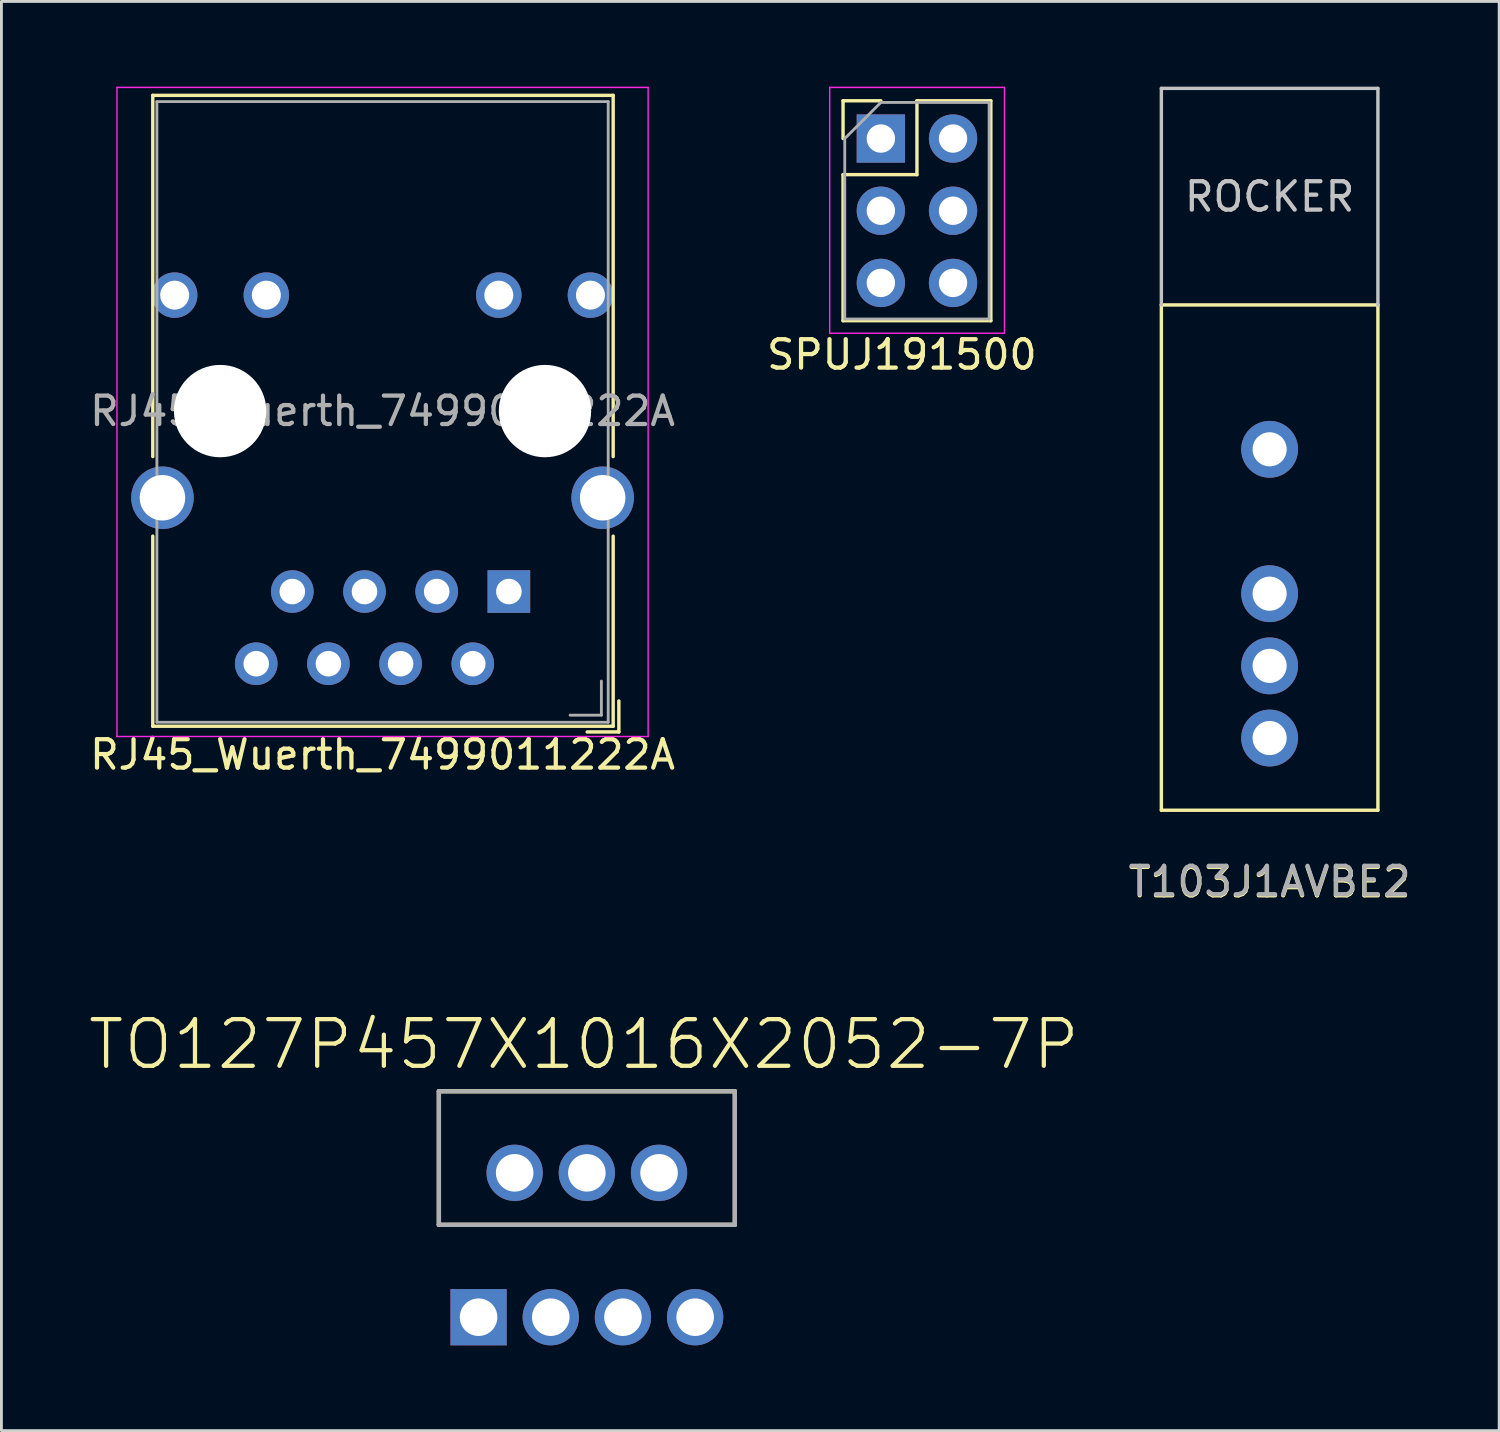
<source format=kicad_pcb>
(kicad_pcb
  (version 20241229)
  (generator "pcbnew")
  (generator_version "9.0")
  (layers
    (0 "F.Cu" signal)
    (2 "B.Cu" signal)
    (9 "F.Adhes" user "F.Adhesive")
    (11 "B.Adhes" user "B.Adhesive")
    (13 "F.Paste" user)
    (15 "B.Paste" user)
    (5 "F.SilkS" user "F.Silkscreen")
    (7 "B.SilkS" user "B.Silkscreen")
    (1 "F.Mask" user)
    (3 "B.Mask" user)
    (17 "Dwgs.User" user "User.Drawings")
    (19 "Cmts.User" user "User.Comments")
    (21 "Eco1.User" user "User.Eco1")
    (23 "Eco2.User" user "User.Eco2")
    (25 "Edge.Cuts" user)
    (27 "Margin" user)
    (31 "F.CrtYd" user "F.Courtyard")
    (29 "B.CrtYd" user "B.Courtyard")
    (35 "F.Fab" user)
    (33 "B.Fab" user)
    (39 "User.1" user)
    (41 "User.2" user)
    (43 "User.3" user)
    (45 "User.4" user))
  (footprint "RJ45_Wuerth_7499011222A"
    (layer "F.Cu")
    (at 5.966 5.065)
    (property "Reference" "RJ45_Wuerth_7499011222A" (at 4.445 18.44 0) (layer "F.SilkS") (effects (font (size 1 1) (thickness 0.15))))
    (attr through_hole)
    (fp_line (start -3.64 -4.76) (end -3.64 7.95) (stroke (width 0.12) (type solid)) (layer "F.SilkS"))
    (fp_line (start -3.64 -4.76) (end 12.56 -4.76) (stroke (width 0.12) (type solid)) (layer "F.SilkS"))
    (fp_line (start -3.64 10.75) (end -3.64 17.44) (stroke (width 0.12) (type solid)) (layer "F.SilkS"))
    (fp_line (start -3.64 17.44) (end 12.56 17.44) (stroke (width 0.12) (type solid)) (layer "F.SilkS"))
    (fp_line (start 12.56 7.95) (end 12.56 -4.76) (stroke (width 0.12) (type solid)) (layer "F.SilkS"))
    (fp_line (start 12.56 17.44) (end 12.56 10.75) (stroke (width 0.12) (type solid)) (layer "F.SilkS"))
    (fp_line (start 12.76 16.55) (end 12.76 17.64) (stroke (width 0.12) (type solid)) (layer "F.SilkS"))
    (fp_line (start 12.76 17.64) (end 11.645 17.64) (stroke (width 0.12) (type solid)) (layer "F.SilkS"))
    (fp_line (start -4.9 -5.04) (end 13.79 -5.04) (stroke (width 0.05) (type solid)) (layer "F.CrtYd"))
    (fp_line (start -4.9 17.8) (end -4.9 -5.04) (stroke (width 0.05) (type solid)) (layer "F.CrtYd"))
    (fp_line (start 13.79 -5.04) (end 13.79 17.8) (stroke (width 0.05) (type solid)) (layer "F.CrtYd"))
    (fp_line (start 13.79 17.8) (end -4.9 17.8) (stroke (width 0.05) (type solid)) (layer "F.CrtYd"))
    (fp_line (start -3.495 -4.54) (end -3.495 17.3) (stroke (width 0.1) (type solid)) (layer "F.Fab"))
    (fp_line (start -3.495 -4.54) (end 12.385 -4.54) (stroke (width 0.1) (type solid)) (layer "F.Fab"))
    (fp_line (start -3.495 17.3) (end 12.385 17.3) (stroke (width 0.1) (type solid)) (layer "F.Fab"))
    (fp_line (start 12.145 15.85) (end 12.145 17.05) (stroke (width 0.1) (type solid)) (layer "F.Fab"))
    (fp_line (start 12.145 17.05) (end 11.045 17.05) (stroke (width 0.1) (type solid)) (layer "F.Fab"))
    (fp_line (start 12.385 -4.54) (end 12.385 17.3) (stroke (width 0.1) (type solid)) (layer "F.Fab"))
    (fp_text user "${REFERENCE}" (at 4.445 6.35 0) (layer "F.Fab") (effects (font (size 1 1) (thickness 0.15))))
    (pad "" np_thru_hole circle (at -1.27 6.35) (size 3.25 3.25) (drill 3.25) (layers "*.Cu" "*.Mask"))
    (pad "" np_thru_hole circle (at 10.16 6.35) (size 3.25 3.25) (drill 3.25) (layers "*.Cu" "*.Mask"))
    (pad "1" thru_hole rect (at 8.89 12.7) (size 1.5 1.5) (drill 0.9) (layers "*.Cu" "*.Mask"))
    (pad "2" thru_hole circle (at 7.62 15.24) (size 1.5 1.5) (drill 0.9) (layers "*.Cu" "*.Mask"))
    (pad "3" thru_hole circle (at 6.35 12.7) (size 1.5 1.5) (drill 0.9) (layers "*.Cu" "*.Mask"))
    (pad "4" thru_hole circle (at 5.08 15.24) (size 1.5 1.5) (drill 0.9) (layers "*.Cu" "*.Mask"))
    (pad "5" thru_hole circle (at 3.81 12.7) (size 1.5 1.5) (drill 0.9) (layers "*.Cu" "*.Mask"))
    (pad "6" thru_hole circle (at 2.54 15.24) (size 1.5 1.5) (drill 0.9) (layers "*.Cu" "*.Mask"))
    (pad "7" thru_hole circle (at 1.27 12.7) (size 1.5 1.5) (drill 0.9) (layers "*.Cu" "*.Mask"))
    (pad "8" thru_hole circle (at 0 15.24) (size 1.5 1.5) (drill 0.9) (layers "*.Cu" "*.Mask"))
    (pad "9" thru_hole circle (at 11.76 2.27) (size 1.6 1.6) (drill 1.02) (layers "*.Cu" "*.Mask"))
    (pad "10" thru_hole circle (at 8.535 2.27) (size 1.6 1.6) (drill 1.02) (layers "*.Cu" "*.Mask"))
    (pad "11" thru_hole circle (at 0.355 2.27) (size 1.6 1.6) (drill 1.02) (layers "*.Cu" "*.Mask"))
    (pad "12" thru_hole circle (at -2.87 2.27) (size 1.6 1.6) (drill 1.02) (layers "*.Cu" "*.Mask"))
    (pad "SH" thru_hole circle (at -3.3 9.4) (size 2.2 2.2) (drill 1.6) (layers "*.Cu" "*.Mask"))
    (pad "SH" thru_hole circle (at 12.19 9.4) (size 2.2 2.2) (drill 1.6) (layers "*.Cu" "*.Mask")))
  (footprint "TO127P457X1016X2052-7P"
    (layer "F.Cu")
    (at 21.41 32.098)
    (property "Reference" "TO127P457X1016X2052-7P" (at -3.916 1.602 0) (layer "F.SilkS") (effects (font (size 1.642 1.642) (thickness 0.15))))
    (attr through_hole)
    (fp_line (start -9.017 3.251) (end -9.017 7.95) (stroke (width 0.152) (type solid)) (layer "F.SilkS"))
    (fp_line (start -9.017 7.95) (end 1.397 7.95) (stroke (width 0.152) (type solid)) (layer "F.SilkS"))
    (fp_line (start 1.397 3.251) (end -9.017 3.251) (stroke (width 0.152) (type solid)) (layer "F.SilkS"))
    (fp_line (start 1.397 7.95) (end 1.397 3.251) (stroke (width 0.152) (type solid)) (layer "F.SilkS"))
    (fp_line (start -9.017 3.251) (end -9.017 7.95) (stroke (width 0.152) (type solid)) (layer "F.Fab"))
    (fp_line (start -9.017 7.95) (end 1.397 7.95) (stroke (width 0.152) (type solid)) (layer "F.Fab"))
    (fp_line (start 1.397 3.251) (end -9.017 3.251) (stroke (width 0.152) (type solid)) (layer "F.Fab"))
    (fp_line (start 1.397 7.95) (end 1.397 3.251) (stroke (width 0.152) (type solid)) (layer "F.Fab"))
    (pad "1" thru_hole rect (at -7.62 11.201) (size 1.981 1.981) (drill 1.321) (layers "*.Cu" "*.Mask"))
    (pad "2" thru_hole circle (at -6.35 6.121) (size 1.981 1.981) (drill 1.321) (layers "*.Cu" "*.Mask"))
    (pad "3" thru_hole circle (at -5.08 11.201) (size 1.981 1.981) (drill 1.321) (layers "*.Cu" "*.Mask"))
    (pad "4" thru_hole circle (at -3.81 6.121) (size 1.981 1.981) (drill 1.321) (layers "*.Cu" "*.Mask"))
    (pad "5" thru_hole circle (at -2.54 11.201) (size 1.981 1.981) (drill 1.321) (layers "*.Cu" "*.Mask"))
    (pad "6" thru_hole circle (at -1.27 6.121) (size 1.981 1.981) (drill 1.321) (layers "*.Cu" "*.Mask"))
    (pad "7" thru_hole circle (at 0 11.201) (size 1.981 1.981) (drill 1.321) (layers "*.Cu" "*.Mask")))
  (footprint "T103J1AVBE2"
    (layer "F.Cu")
    (at 42.895 28)
    (property "Reference" "T103J1AVBE2" (at -1.27 0 0) (unlocked yes) (layer "F.SilkS") (effects (font (size 1 1) (thickness 0.15))))
    (attr smd)
    (fp_line (start -5.08 -20.32) (end -5.08 -2.54) (stroke (width 0.12) (type solid)) (layer "F.SilkS"))
    (fp_line (start -5.08 -20.32) (end 2.54 -20.32) (stroke (width 0.12) (type solid)) (layer "F.SilkS"))
    (fp_line (start -5.08 -2.54) (end 2.54 -2.54) (stroke (width 0.12) (type solid)) (layer "F.SilkS"))
    (fp_line (start 2.54 -2.54) (end 2.54 -20.32) (stroke (width 0.12) (type solid)) (layer "F.SilkS"))
    (fp_line (start -5.08 -27.94) (end -5.08 -20.32) (stroke (width 0.12) (type solid)) (layer "Dwgs.User"))
    (fp_line (start -5.08 -27.94) (end 2.54 -27.94) (stroke (width 0.12) (type solid)) (layer "Dwgs.User"))
    (fp_line (start 2.54 -27.94) (end 2.54 -20.32) (stroke (width 0.12) (type solid)) (layer "Dwgs.User"))
    (fp_text user "ROCKER" (at -1.27 -24.13 0) (unlocked yes) (layer "Dwgs.User") (effects (font (size 1 1) (thickness 0.15))))
    (fp_text user "${REFERENCE}" (at -1.27 -0.04 0) (unlocked yes) (layer "F.Fab") (effects (font (size 1 1) (thickness 0.15))))
    (pad "1" thru_hole circle (at -1.27 -5.08) (size 2 2) (drill 1.2) (layers "*.Cu" "*.Mask"))
    (pad "2" thru_hole circle (at -1.27 -7.62) (size 2 2) (drill 1.2) (layers "*.Cu" "*.Mask"))
    (pad "3" thru_hole circle (at -1.27 -10.16) (size 2 2) (drill 1.2) (layers "*.Cu" "*.Mask"))
    (pad "SH" thru_hole circle (at -1.27 -15.24) (size 2 2) (drill 1.2) (layers "*.Cu" "*.Mask")))
  (footprint "SPUJ191500"
    (layer "F.Cu")
    (at 28.685 4.35)
    (property "Reference" "SPUJ191500" (at 0 5.08 0) (unlocked yes) (layer "F.SilkS") (effects (font (size 1 1) (thickness 0.15))))
    (attr through_hole)
    (fp_line (start -2.07 -3.855) (end -0.74 -3.855) (stroke (width 0.12) (type solid)) (layer "F.SilkS"))
    (fp_line (start -2.07 -2.525) (end -2.07 -3.855) (stroke (width 0.12) (type solid)) (layer "F.SilkS"))
    (fp_line (start -2.07 -1.255) (end -2.07 3.885) (stroke (width 0.12) (type solid)) (layer "F.SilkS"))
    (fp_line (start -2.07 -1.255) (end 0.53 -1.255) (stroke (width 0.12) (type solid)) (layer "F.SilkS"))
    (fp_line (start -2.07 3.885) (end 3.13 3.885) (stroke (width 0.12) (type solid)) (layer "F.SilkS"))
    (fp_line (start 0.53 -3.855) (end 3.13 -3.855) (stroke (width 0.12) (type solid)) (layer "F.SilkS"))
    (fp_line (start 0.53 -1.255) (end 0.53 -3.855) (stroke (width 0.12) (type solid)) (layer "F.SilkS"))
    (fp_line (start 3.13 -3.855) (end 3.13 3.885) (stroke (width 0.12) (type solid)) (layer "F.SilkS"))
    (fp_line (start -2.54 -4.325) (end -2.54 4.325) (stroke (width 0.05) (type solid)) (layer "F.CrtYd"))
    (fp_line (start -2.54 4.325) (end 3.61 4.325) (stroke (width 0.05) (type solid)) (layer "F.CrtYd"))
    (fp_line (start 3.61 -4.325) (end -2.54 -4.325) (stroke (width 0.05) (type solid)) (layer "F.CrtYd"))
    (fp_line (start 3.61 4.325) (end 3.61 -4.325) (stroke (width 0.05) (type solid)) (layer "F.CrtYd"))
    (fp_line (start -2.01 -2.525) (end -0.74 -3.795) (stroke (width 0.1) (type solid)) (layer "F.Fab"))
    (fp_line (start -2.01 3.825) (end -2.01 -2.525) (stroke (width 0.1) (type solid)) (layer "F.Fab"))
    (fp_line (start -0.74 -3.795) (end 3.07 -3.795) (stroke (width 0.1) (type solid)) (layer "F.Fab"))
    (fp_line (start 3.07 -3.795) (end 3.07 3.825) (stroke (width 0.1) (type solid)) (layer "F.Fab"))
    (fp_line (start 3.07 3.825) (end -2.01 3.825) (stroke (width 0.1) (type solid)) (layer "F.Fab"))
    (pad "1" thru_hole rect (at -0.74 -2.525) (size 1.7 1.7) (drill 1) (layers "*.Cu" "*.Mask"))
    (pad "2" thru_hole oval (at -0.74 0.015) (size 1.7 1.7) (drill 1) (layers "*.Cu" "*.Mask"))
    (pad "3" thru_hole oval (at -0.74 2.555) (size 1.7 1.7) (drill 1) (layers "*.Cu" "*.Mask"))
    (pad "4" thru_hole oval (at 1.8 -2.525) (size 1.7 1.7) (drill 1) (layers "*.Cu" "*.Mask"))
    (pad "5" thru_hole oval (at 1.8 0.015) (size 1.7 1.7) (drill 1) (layers "*.Cu" "*.Mask"))
    (pad "6" thru_hole oval (at 1.8 2.555) (size 1.7 1.7) (drill 1) (layers "*.Cu" "*.Mask")))
  (gr_rect
    (start -3 -3)
    (end 49.702 47.29)
    (stroke (width 0.1) (type default))
    (fill no)
    (layer "Edge.Cuts")))
</source>
